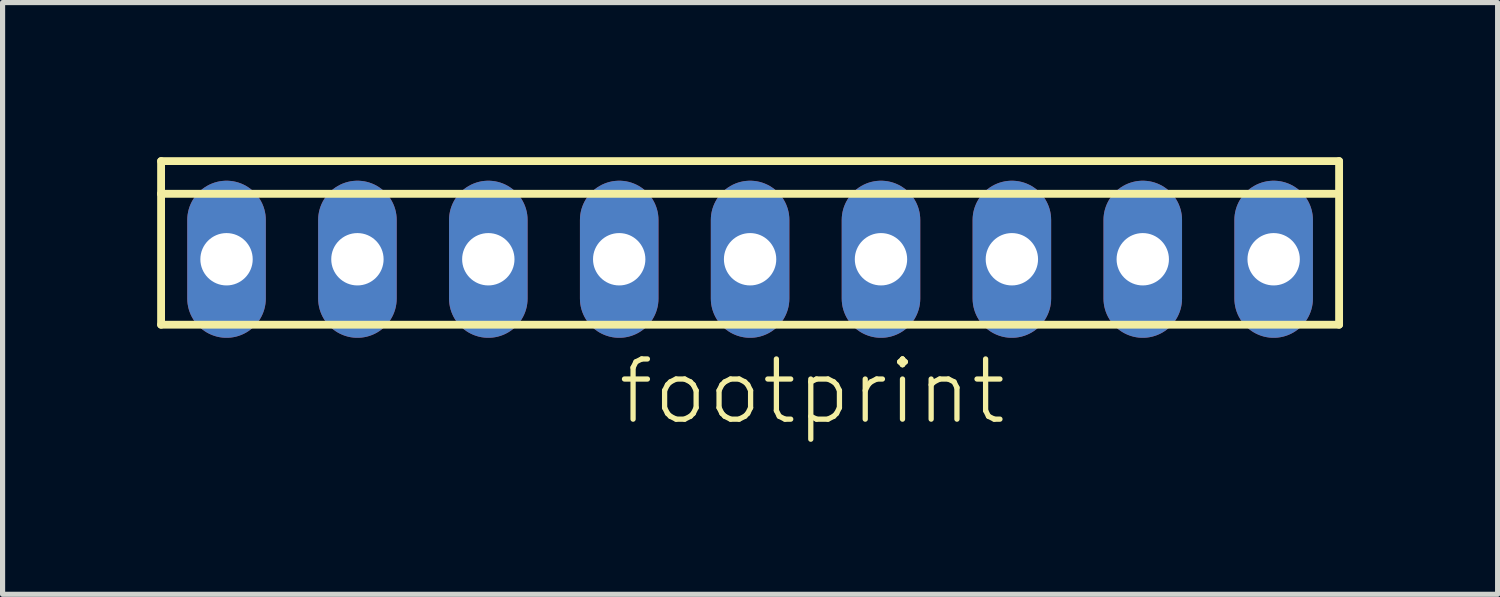
<source format=kicad_pcb>
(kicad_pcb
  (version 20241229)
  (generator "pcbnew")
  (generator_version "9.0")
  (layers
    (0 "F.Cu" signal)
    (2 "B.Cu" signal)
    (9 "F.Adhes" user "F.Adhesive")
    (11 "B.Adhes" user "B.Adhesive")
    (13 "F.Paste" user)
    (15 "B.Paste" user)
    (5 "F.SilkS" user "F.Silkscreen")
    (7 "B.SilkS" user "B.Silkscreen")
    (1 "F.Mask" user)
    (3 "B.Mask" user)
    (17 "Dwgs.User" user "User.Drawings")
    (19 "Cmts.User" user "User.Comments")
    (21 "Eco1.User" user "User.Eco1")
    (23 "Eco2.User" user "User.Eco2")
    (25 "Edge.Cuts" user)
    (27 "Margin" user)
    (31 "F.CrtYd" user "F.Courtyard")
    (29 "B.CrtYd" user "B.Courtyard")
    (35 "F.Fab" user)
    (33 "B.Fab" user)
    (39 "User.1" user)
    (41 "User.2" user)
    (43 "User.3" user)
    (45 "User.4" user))
  (footprint "footprint"
    (layer "F.Cu")
    (at 11.506 1.981)
    (property "Reference" "footprint" (at -2.616 3.251 0) (layer "F.SilkS") (effects (font (size 1.168 1.168) (thickness 0.102)) (justify left bottom)))
    (fp_line (start -11.43 -1.27) (end -11.43 -1.905) (stroke (width 0.152) (type solid)) (layer "F.SilkS"))
    (fp_line (start -11.43 1.27) (end -11.43 -1.27) (stroke (width 0.152) (type solid)) (layer "F.SilkS"))
    (fp_line (start -11.43 1.27) (end 11.43 1.27) (stroke (width 0.152) (type solid)) (layer "F.SilkS"))
    (fp_line (start 11.43 -1.905) (end -11.43 -1.905) (stroke (width 0.152) (type solid)) (layer "F.SilkS"))
    (fp_line (start 11.43 -1.905) (end 11.43 -1.27) (stroke (width 0.152) (type solid)) (layer "F.SilkS"))
    (fp_line (start 11.43 -1.27) (end -11.43 -1.27) (stroke (width 0.152) (type solid)) (layer "F.SilkS"))
    (fp_line (start 11.43 -1.27) (end 11.43 1.27) (stroke (width 0.152) (type solid)) (layer "F.SilkS"))
    (fp_poly (pts (xy -10.414 0.254) (xy -9.906 0.254) (xy -9.906 -0.254) (xy -10.414 -0.254)) (stroke (width 0) (type solid)) (fill yes) (layer "F.SilkS"))
    (fp_poly (pts (xy -7.874 0.254) (xy -7.366 0.254) (xy -7.366 -0.254) (xy -7.874 -0.254)) (stroke (width 0) (type solid)) (fill yes) (layer "F.SilkS"))
    (fp_poly (pts (xy -5.334 0.254) (xy -4.826 0.254) (xy -4.826 -0.254) (xy -5.334 -0.254)) (stroke (width 0) (type solid)) (fill yes) (layer "F.SilkS"))
    (fp_poly (pts (xy -2.794 0.254) (xy -2.286 0.254) (xy -2.286 -0.254) (xy -2.794 -0.254)) (stroke (width 0) (type solid)) (fill yes) (layer "F.SilkS"))
    (fp_poly (pts (xy -0.254 0.254) (xy 0.254 0.254) (xy 0.254 -0.254) (xy -0.254 -0.254)) (stroke (width 0) (type solid)) (fill yes) (layer "F.SilkS"))
    (fp_poly (pts (xy 2.286 0.254) (xy 2.794 0.254) (xy 2.794 -0.254) (xy 2.286 -0.254)) (stroke (width 0) (type solid)) (fill yes) (layer "F.SilkS"))
    (fp_poly (pts (xy 4.826 0.254) (xy 5.334 0.254) (xy 5.334 -0.254) (xy 4.826 -0.254)) (stroke (width 0) (type solid)) (fill yes) (layer "F.SilkS"))
    (fp_poly (pts (xy 7.366 0.254) (xy 7.874 0.254) (xy 7.874 -0.254) (xy 7.366 -0.254)) (stroke (width 0) (type solid)) (fill yes) (layer "F.SilkS"))
    (fp_poly (pts (xy 9.906 0.254) (xy 10.414 0.254) (xy 10.414 -0.254) (xy 9.906 -0.254)) (stroke (width 0) (type solid)) (fill yes) (layer "F.SilkS"))
    (pad "1" thru_hole oval (at 10.16 0 90) (size 3.048 1.524) (drill 1.016) (layers "*.Cu" "*.Mask"))
    (pad "2" thru_hole oval (at 7.62 0 90) (size 3.048 1.524) (drill 1.016) (layers "*.Cu" "*.Mask"))
    (pad "3" thru_hole oval (at 5.08 0 90) (size 3.048 1.524) (drill 1.016) (layers "*.Cu" "*.Mask"))
    (pad "4" thru_hole oval (at 2.54 0 90) (size 3.048 1.524) (drill 1.016) (layers "*.Cu" "*.Mask"))
    (pad "5" thru_hole oval (at 0 0 90) (size 3.048 1.524) (drill 1.016) (layers "*.Cu" "*.Mask"))
    (pad "6" thru_hole oval (at -2.54 0 90) (size 3.048 1.524) (drill 1.016) (layers "*.Cu" "*.Mask"))
    (pad "7" thru_hole oval (at -5.08 0 90) (size 3.048 1.524) (drill 1.016) (layers "*.Cu" "*.Mask"))
    (pad "8" thru_hole oval (at -7.62 0 90) (size 3.048 1.524) (drill 1.016) (layers "*.Cu" "*.Mask"))
    (pad "9" thru_hole oval (at -10.16 0 90) (size 3.048 1.524) (drill 1.016) (layers "*.Cu" "*.Mask")))
  (gr_rect
    (start -3 -3)
    (end 26.012 8.483)
    (stroke (width 0.1) (type default))
    (fill no)
    (layer "Edge.Cuts")))
</source>
